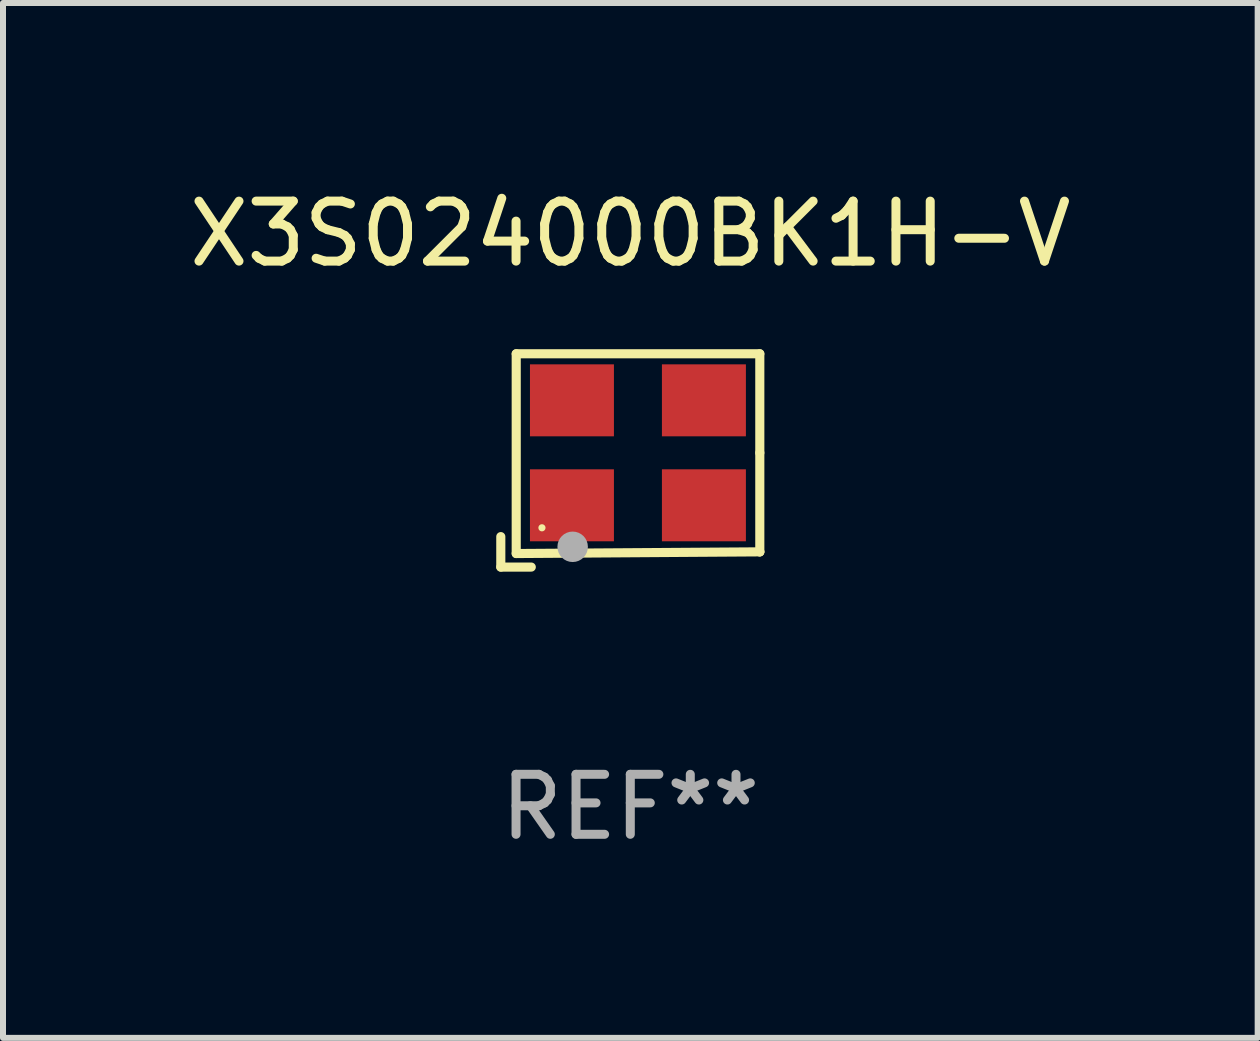
<source format=kicad_pcb>
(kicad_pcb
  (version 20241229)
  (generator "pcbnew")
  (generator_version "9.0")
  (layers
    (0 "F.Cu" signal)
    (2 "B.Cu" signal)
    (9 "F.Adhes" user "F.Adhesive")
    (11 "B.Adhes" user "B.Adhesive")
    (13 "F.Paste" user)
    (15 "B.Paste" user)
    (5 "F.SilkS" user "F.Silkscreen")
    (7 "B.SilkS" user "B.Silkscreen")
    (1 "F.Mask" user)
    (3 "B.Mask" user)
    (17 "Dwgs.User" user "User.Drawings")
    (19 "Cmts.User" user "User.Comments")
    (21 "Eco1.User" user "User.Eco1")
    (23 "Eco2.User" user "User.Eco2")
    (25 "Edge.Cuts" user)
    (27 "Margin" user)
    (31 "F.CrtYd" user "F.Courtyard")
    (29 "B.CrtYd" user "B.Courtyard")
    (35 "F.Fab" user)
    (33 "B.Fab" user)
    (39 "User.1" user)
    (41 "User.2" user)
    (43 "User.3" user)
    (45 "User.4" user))
  (footprint "X3S024000BK1H-V"
    (layer "F.Cu")
    (at 7.458 4.626)
    (property "Reference" "X3S024000BK1H-V" (at 0 -3.778 0) (layer "F.SilkS") (effects (font (size 1 1) (thickness 0.15))))
    (attr through_hole)
    (fp_line (start -2.159 1.27) (end -2.159 1.778) (stroke (width 0.152) (type solid)) (layer "F.SilkS"))
    (fp_line (start -2.159 1.778) (end -1.651 1.778) (stroke (width 0.152) (type solid)) (layer "F.SilkS"))
    (fp_line (start -1.902 -1.778) (end 2.159 -1.778) (stroke (width 0.152) (type solid)) (layer "F.SilkS"))
    (fp_line (start -1.902 1.552) (end -1.902 -1.778) (stroke (width 0.152) (type solid)) (layer "F.SilkS"))
    (fp_line (start 2.159 -1.778) (end 2.159 -0.127) (stroke (width 0.152) (type solid)) (layer "F.SilkS"))
    (fp_line (start 2.159 -0.127) (end 2.159 1.524) (stroke (width 0.152) (type solid)) (layer "F.SilkS"))
    (fp_line (start 2.159 1.524) (end -1.902 1.552) (stroke (width 0.152) (type solid)) (layer "F.SilkS"))
    (fp_line (start 2.159 1.524) (end 2.159 1.524) (stroke (width 0.152) (type solid)) (layer "F.SilkS"))
    (fp_circle (center -1.473 1.123) (end -1.443 1.123) (stroke (width 0.06) (type solid)) (fill no) (layer "F.SilkS"))
    (fp_circle (center -0.961 1.44) (end -0.834 1.44) (stroke (width 0.254) (type solid)) (fill no) (layer "F.Fab"))
    (fp_text user "REF**" (at 0 5.778 0) (layer "F.Fab") (effects (font (size 1 1) (thickness 0.15))))
    (pad "1" smd rect (at -0.973 0.748) (size 1.4 1.2) (layers "F.Cu" "F.Mask" "F.Paste"))
    (pad "2" smd rect (at 1.227 0.748) (size 1.4 1.2) (layers "F.Cu" "F.Mask" "F.Paste"))
    (pad "3" smd rect (at 1.227 -1.002) (size 1.4 1.2) (layers "F.Cu" "F.Mask" "F.Paste"))
    (pad "4" smd rect (at -0.973 -1.002) (size 1.4 1.2) (layers "F.Cu" "F.Mask" "F.Paste")))
  (gr_rect
    (start -3 -3)
    (end 17.917 14.253)
    (stroke (width 0.1) (type default))
    (fill no)
    (layer "Edge.Cuts")))
</source>
